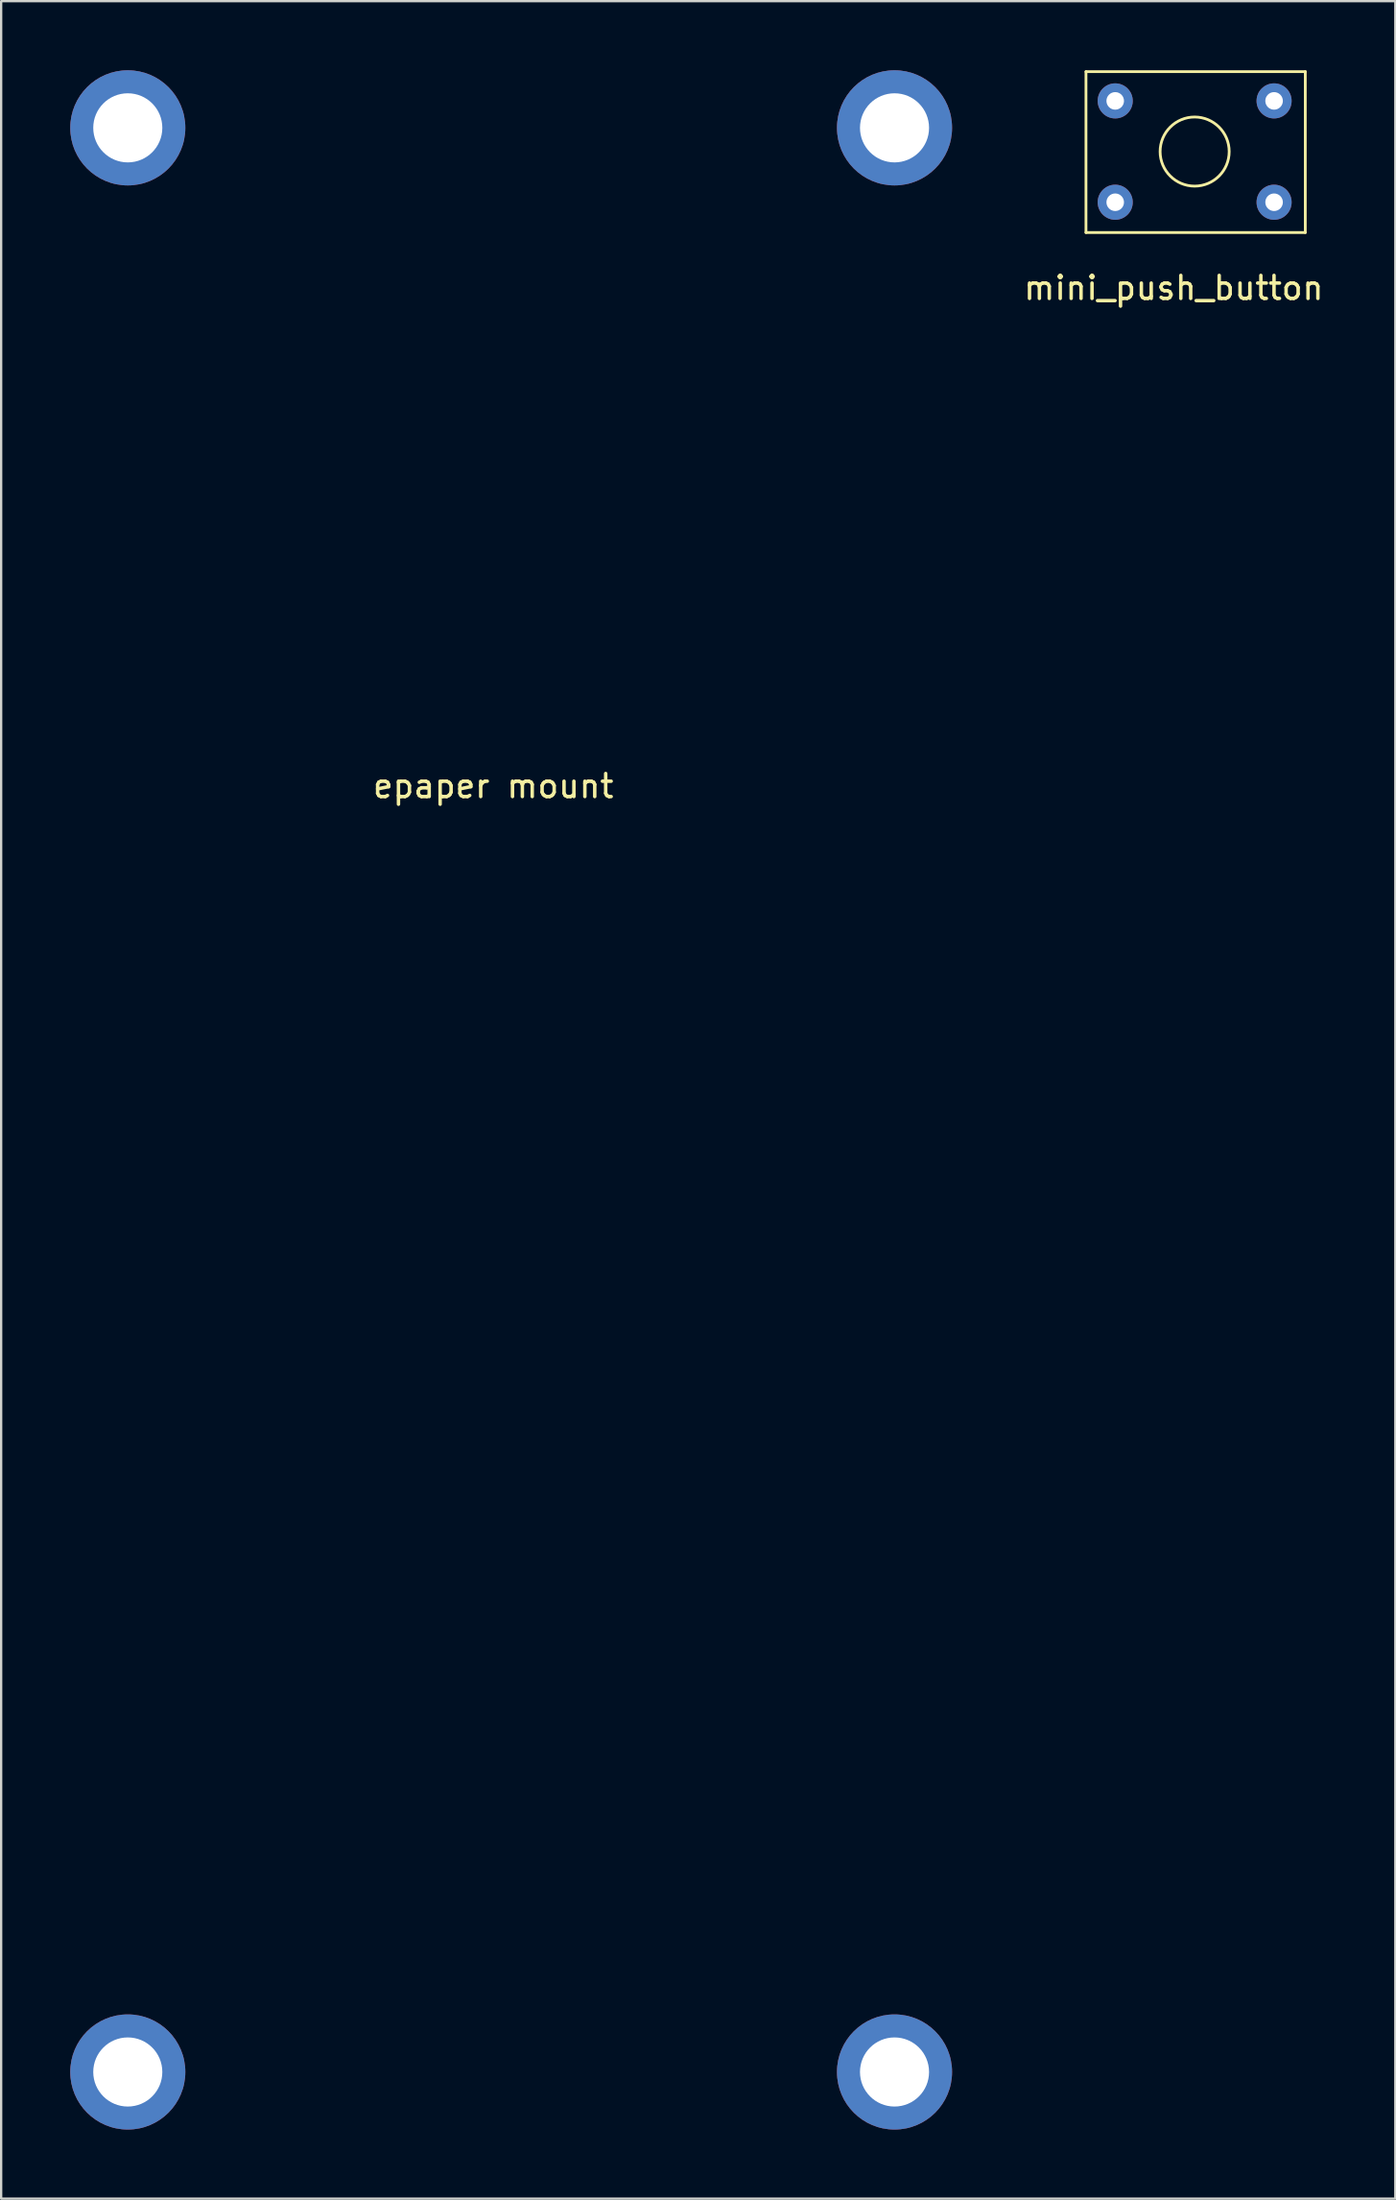
<source format=kicad_pcb>
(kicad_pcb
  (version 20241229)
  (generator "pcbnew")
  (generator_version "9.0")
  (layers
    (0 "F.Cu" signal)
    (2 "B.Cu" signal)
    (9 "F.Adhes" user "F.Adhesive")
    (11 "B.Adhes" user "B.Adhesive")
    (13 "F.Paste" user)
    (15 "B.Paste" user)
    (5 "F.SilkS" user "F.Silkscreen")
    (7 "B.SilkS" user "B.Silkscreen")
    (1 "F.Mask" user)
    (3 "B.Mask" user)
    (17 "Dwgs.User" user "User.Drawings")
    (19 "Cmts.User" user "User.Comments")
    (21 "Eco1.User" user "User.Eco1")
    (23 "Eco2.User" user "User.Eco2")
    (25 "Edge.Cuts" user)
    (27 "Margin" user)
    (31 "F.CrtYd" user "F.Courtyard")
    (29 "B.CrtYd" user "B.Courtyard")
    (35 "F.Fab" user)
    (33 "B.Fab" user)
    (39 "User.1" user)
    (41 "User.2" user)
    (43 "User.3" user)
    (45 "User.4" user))
  (footprint "mini_push_button"
    (layer "F.Cu")
    (at 45.385 1.33)
    (property "Reference" "mini_push_button" (at 2.54 8.12 0) (unlocked yes) (layer "F.SilkS") (effects (font (size 1 1) (thickness 0.15))))
    (attr through_hole)
    (fp_line (start -1.27 -1.27) (end -1.27 5.715) (stroke (width 0.12) (type solid)) (layer "F.SilkS"))
    (fp_line (start -1.27 5.715) (end 8.255 5.715) (stroke (width 0.12) (type solid)) (layer "F.SilkS"))
    (fp_line (start 8.255 -1.27) (end -1.27 -1.27) (stroke (width 0.12) (type solid)) (layer "F.SilkS"))
    (fp_line (start 8.255 5.715) (end 8.255 -1.27) (stroke (width 0.12) (type solid)) (layer "F.SilkS"))
    (fp_circle (center 3.45 2.2) (end 4.95 2.2) (stroke (width 0.12) (type solid)) (fill no) (layer "F.SilkS"))
    (pad "1" thru_hole circle (at 0 0) (size 1.524 1.524) (drill 0.762) (layers "*.Cu" "*.Mask"))
    (pad "1" thru_hole circle (at 6.9 0) (size 1.524 1.524) (drill 0.762) (layers "*.Cu" "*.Mask"))
    (pad "2" thru_hole circle (at 0 4.4) (size 1.524 1.524) (drill 0.762) (layers "*.Cu" "*.Mask"))
    (pad "2" thru_hole circle (at 6.9 4.4) (size 1.524 1.524) (drill 0.762) (layers "*.Cu" "*.Mask")))
  (footprint "epaper mount"
    (layer "F.Cu")
    (at 3.77 6.945)
    (property "Reference" "epaper mount" (at 14.605 24.13 0) (unlocked yes) (layer "F.SilkS") (effects (font (size 1 1) (thickness 0.15))))
    (attr through_hole)
    (pad "" thru_hole circle (at -1.27 -4.445) (size 5 5) (drill 3) (layers "*.Cu" "*.Mask"))
    (pad "" thru_hole circle (at -1.27 79.955) (size 5 5) (drill 3) (layers "*.Cu" "*.Mask"))
    (pad "" thru_hole circle (at 32.03 -4.445) (size 5 5) (drill 3) (layers "*.Cu" "*.Mask"))
    (pad "" thru_hole circle (at 32.03 79.955) (size 5 5) (drill 3) (layers "*.Cu" "*.Mask")))
  (gr_rect
    (start -3 -3)
    (end 57.55 92.4)
    (stroke (width 0.1) (type default))
    (fill no)
    (layer "Edge.Cuts")))
</source>
